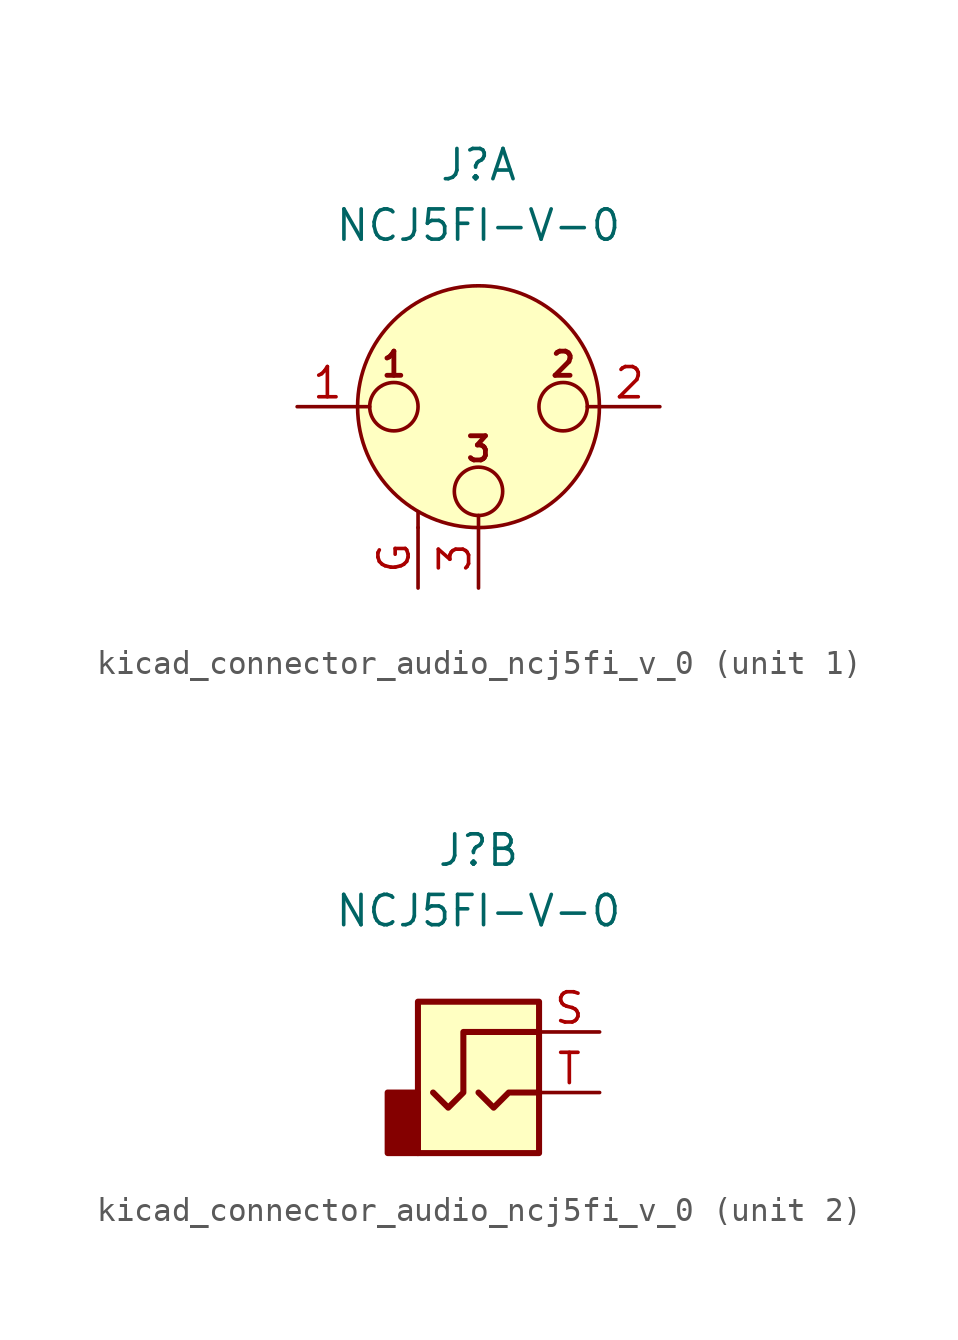
<source format=kicad_sym>
(kicad_symbol_lib
  (version 20220914)
  (generator kicad_symbol_editor)
  (symbol "kicad_connector_audio_ncj5fi_v_0"
    (pin_names hide)
    (property "Reference" "J"
      (at 0 10.16 0)
      (effects (font (size 1.27 1.27))))
    (property "Value" "NCJ5FI-V-0"
      (at 0 7.62 0)
      (effects (font (size 1.27 1.27))))
    (symbol "kicad_connector_audio_ncj5fi_v_0_1_1"
      (circle (center -3.556 0) (radius 1.016) (stroke (width 0) (type default)) (fill (type none)))
      (circle (center 0 -3.556) (radius 1.016) (stroke (width 0) (type default)) (fill (type none)))
      (polyline (pts (xy -5.08 0) (xy -4.572 0)) (stroke (width 0) (type default)) (fill (type none)))
      (polyline (pts (xy -2.54 -5.08) (xy -2.54 -4.445)) (stroke (width 0) (type default)) (fill (type none)))
      (polyline (pts (xy 0 -5.08) (xy 0 -4.572)) (stroke (width 0) (type default)) (fill (type none)))
      (polyline (pts (xy 5.08 0) (xy 4.572 0)) (stroke (width 0) (type default)) (fill (type none)))
      (circle (center 0 0) (radius 5.08) (stroke (width 0) (type default)) (fill (type background)))
      (circle (center 3.556 0) (radius 1.016) (stroke (width 0) (type default)) (fill (type none)))
      (text "1" (at -3.556 1.778 0) (effects (font (size 1.016 1.016) bold)))
      (text "2" (at 3.556 1.778 0) (effects (font (size 1.016 1.016) bold)))
      (text "3" (at 0 -1.778 0) (effects (font (size 1.016 1.016) bold)))
      (pin passive line (at -7.62 0 0) (length 2.54) (name "~" (effects (font (size 1.27 1.27)))) (number "1" (effects (font (size 1.27 1.27)))))
      (pin passive line (at 7.62 0 180) (length 2.54) (name "~" (effects (font (size 1.27 1.27)))) (number "2" (effects (font (size 1.27 1.27)))))
      (pin passive line (at 0 -7.62 90) (length 2.54) (name "~" (effects (font (size 1.27 1.27)))) (number "3" (effects (font (size 1.27 1.27)))))
      (pin passive line (at -2.54 -7.62 90) (length 2.54) (name "~" (effects (font (size 1.27 1.27)))) (number "G" (effects (font (size 1.27 1.27))))))
    (symbol "kicad_connector_audio_ncj5fi_v_0_2_1"
      (rectangle (start -2.54 0) (end -3.81 -2.54) (stroke (width 0.254) (type default)) (fill (type outline)))
      (polyline (pts (xy 0 0) (xy 0.635 -0.635) (xy 1.27 0) (xy 2.54 0)) (stroke (width 0.254) (type default)) (fill (type none)))
      (polyline (pts (xy 2.54 2.54) (xy -0.635 2.54) (xy -0.635 0) (xy -1.27 -0.635) (xy -1.905 0)) (stroke (width 0.254) (type default)) (fill (type none)))
      (rectangle (start 2.54 3.81) (end -2.54 -2.54) (stroke (width 0.254) (type default)) (fill (type background)))
      (pin passive line (at 5.08 2.54 180) (length 2.54) (name "~" (effects (font (size 1.27 1.27)))) (number "S" (effects (font (size 1.27 1.27)))))
      (pin passive line (at 5.08 0 180) (length 2.54) (name "~" (effects (font (size 1.27 1.27)))) (number "T" (effects (font (size 1.27 1.27))))))))
</source>
